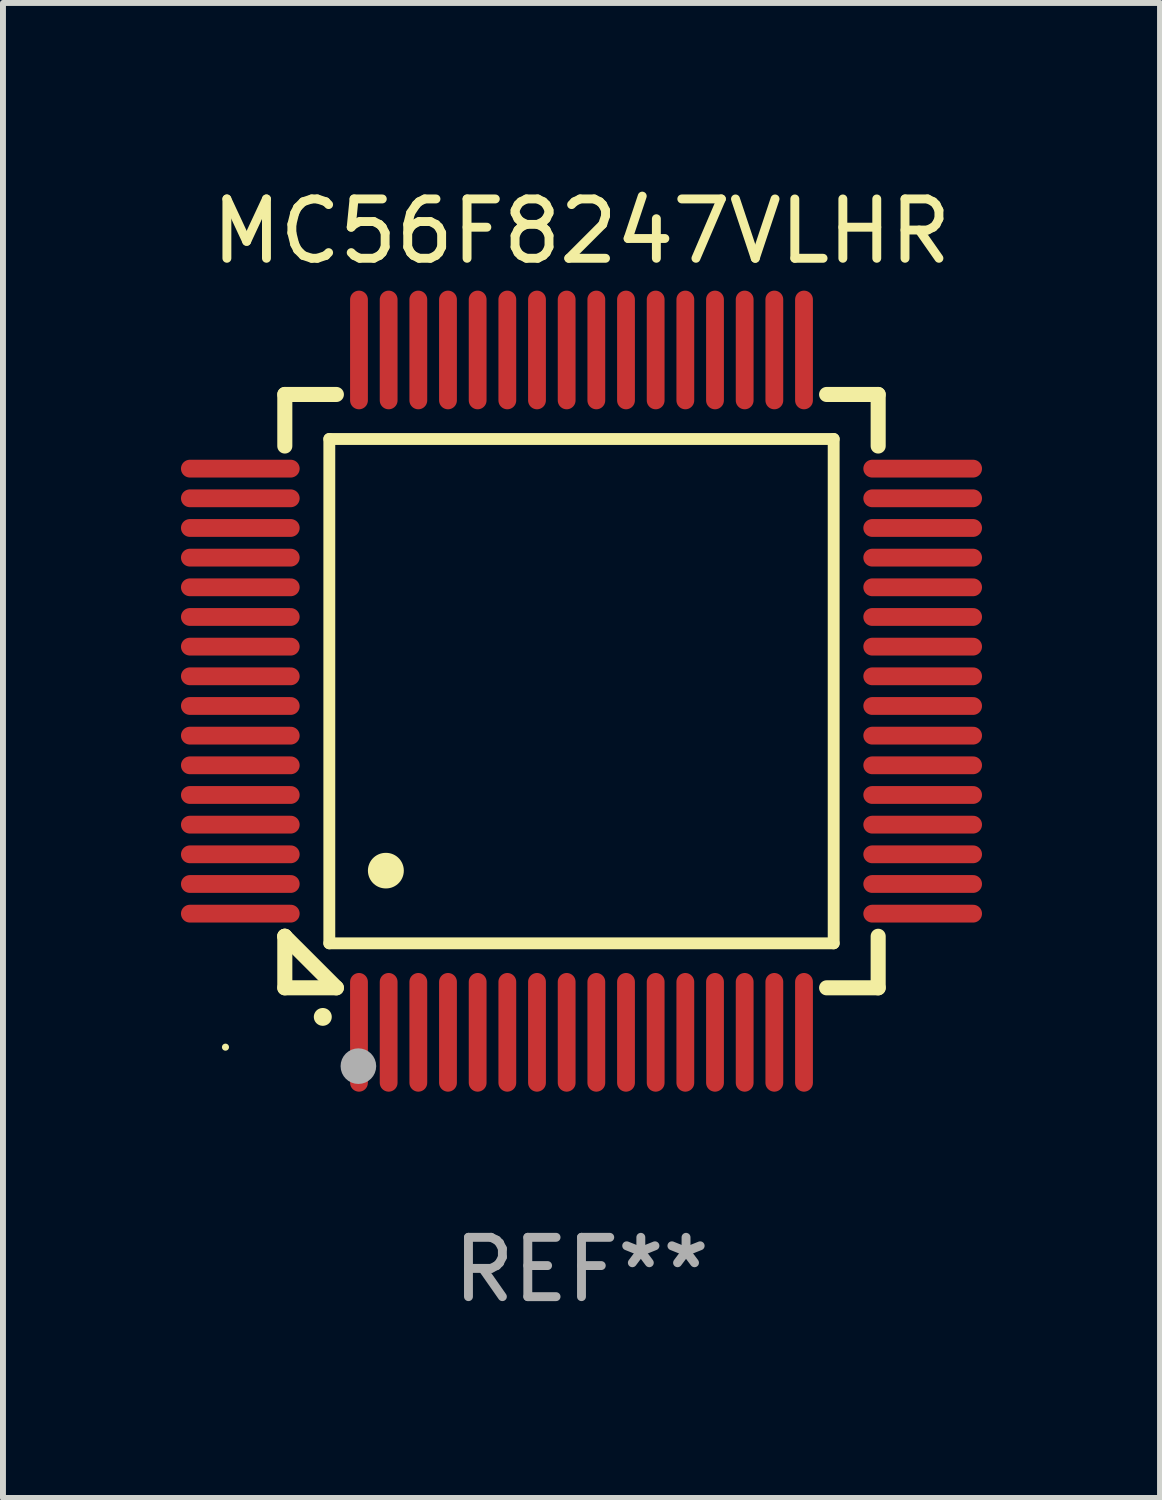
<source format=kicad_pcb>
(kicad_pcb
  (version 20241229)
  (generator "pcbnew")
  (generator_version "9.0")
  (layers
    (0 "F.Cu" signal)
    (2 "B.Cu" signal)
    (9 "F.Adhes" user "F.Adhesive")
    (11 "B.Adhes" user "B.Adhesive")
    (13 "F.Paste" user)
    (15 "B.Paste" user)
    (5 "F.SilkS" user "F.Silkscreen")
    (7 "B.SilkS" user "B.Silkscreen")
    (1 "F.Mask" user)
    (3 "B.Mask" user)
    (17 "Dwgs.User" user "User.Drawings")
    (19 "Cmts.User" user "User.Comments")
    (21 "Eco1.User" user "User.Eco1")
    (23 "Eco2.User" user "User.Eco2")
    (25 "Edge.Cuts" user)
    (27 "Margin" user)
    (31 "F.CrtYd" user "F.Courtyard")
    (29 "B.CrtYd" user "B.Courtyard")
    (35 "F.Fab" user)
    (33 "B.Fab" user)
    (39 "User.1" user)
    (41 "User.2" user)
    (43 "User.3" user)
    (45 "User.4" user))
  (footprint "MC56F8247VLHR"
    (layer "F.Cu")
    (at 6.75 8.598)
    (property "Reference" "MC56F8247VLHR" (at 0 -7.75 0) (layer "F.SilkS") (effects (font (size 1 1) (thickness 0.15))))
    (attr through_hole)
    (fp_line (start -5 -5) (end -4.131 -5) (stroke (width 0.254) (type solid)) (layer "F.SilkS"))
    (fp_line (start -5 -4.131) (end -5 -5) (stroke (width 0.254) (type solid)) (layer "F.SilkS"))
    (fp_line (start -5 4.131) (end -5 4.131) (stroke (width 0.254) (type solid)) (layer "F.SilkS"))
    (fp_line (start -5 5) (end -5 4.131) (stroke (width 0.254) (type solid)) (layer "F.SilkS"))
    (fp_line (start -5 4.131) (end -4.131 5) (stroke (width 0.254) (type solid)) (layer "F.SilkS"))
    (fp_line (start -4.25 -4.25) (end -4.25 4.25) (stroke (width 0.2) (type solid)) (layer "F.SilkS"))
    (fp_line (start -4.25 4.25) (end 4.25 4.25) (stroke (width 0.2) (type solid)) (layer "F.SilkS"))
    (fp_line (start -4.131 5) (end -5 5) (stroke (width 0.254) (type solid)) (layer "F.SilkS"))
    (fp_line (start 4.25 -4.25) (end -4.25 -4.25) (stroke (width 0.2) (type solid)) (layer "F.SilkS"))
    (fp_line (start 4.25 4.25) (end 4.25 -4.25) (stroke (width 0.2) (type solid)) (layer "F.SilkS"))
    (fp_line (start 5 -5) (end 4.131 -5) (stroke (width 0.254) (type solid)) (layer "F.SilkS"))
    (fp_line (start 5 -5) (end 5 -4.131) (stroke (width 0.254) (type solid)) (layer "F.SilkS"))
    (fp_line (start 5 4.131) (end 5 5) (stroke (width 0.254) (type solid)) (layer "F.SilkS"))
    (fp_line (start 5 5) (end 4.131 5) (stroke (width 0.254) (type solid)) (layer "F.SilkS"))
    (fp_arc (start -4.361265 5.489992) (mid -4.359995 5.489987) (end -4.358725 5.489992) (stroke (width 0.3) (type solid)) (layer "F.SilkS"))
    (fp_arc (start -3.299467 3.025146) (mid -3.296927 3.025135) (end -3.294387 3.025146) (stroke (width 0.6) (type solid)) (layer "F.SilkS"))
    (fp_circle (center -6 6) (end -5.97 6) (stroke (width 0.06) (type solid)) (fill no) (layer "F.SilkS"))
    (fp_circle (center -3.76 6.32) (end -3.61 6.32) (stroke (width 0.3) (type solid)) (fill no) (layer "F.Fab"))
    (fp_text user "REF**" (at 0 9.75 0) (layer "F.Fab") (effects (font (size 1 1) (thickness 0.15))))
    (pad "1" smd oval (at -3.75 5.75) (size 0.3 2) (layers "F.Cu" "F.Mask" "F.Paste"))
    (pad "2" smd oval (at -3.25 5.75) (size 0.3 2) (layers "F.Cu" "F.Mask" "F.Paste"))
    (pad "3" smd oval (at -2.75 5.75) (size 0.3 2) (layers "F.Cu" "F.Mask" "F.Paste"))
    (pad "4" smd oval (at -2.25 5.75) (size 0.3 2) (layers "F.Cu" "F.Mask" "F.Paste"))
    (pad "5" smd oval (at -1.75 5.75) (size 0.3 2) (layers "F.Cu" "F.Mask" "F.Paste"))
    (pad "6" smd oval (at -1.25 5.75) (size 0.3 2) (layers "F.Cu" "F.Mask" "F.Paste"))
    (pad "7" smd oval (at -0.75 5.75) (size 0.3 2) (layers "F.Cu" "F.Mask" "F.Paste"))
    (pad "8" smd oval (at -0.25 5.75) (size 0.3 2) (layers "F.Cu" "F.Mask" "F.Paste"))
    (pad "9" smd oval (at 0.25 5.75) (size 0.3 2) (layers "F.Cu" "F.Mask" "F.Paste"))
    (pad "10" smd oval (at 0.75 5.75) (size 0.3 2) (layers "F.Cu" "F.Mask" "F.Paste"))
    (pad "11" smd oval (at 1.25 5.75) (size 0.3 2) (layers "F.Cu" "F.Mask" "F.Paste"))
    (pad "12" smd oval (at 1.75 5.75) (size 0.3 2) (layers "F.Cu" "F.Mask" "F.Paste"))
    (pad "13" smd oval (at 2.25 5.75) (size 0.3 2) (layers "F.Cu" "F.Mask" "F.Paste"))
    (pad "14" smd oval (at 2.75 5.75) (size 0.3 2) (layers "F.Cu" "F.Mask" "F.Paste"))
    (pad "15" smd oval (at 3.25 5.75) (size 0.3 2) (layers "F.Cu" "F.Mask" "F.Paste"))
    (pad "16" smd oval (at 3.75 5.75) (size 0.3 2) (layers "F.Cu" "F.Mask" "F.Paste"))
    (pad "17" smd oval (at 5.75 3.75) (size 2 0.3) (layers "F.Cu" "F.Mask" "F.Paste"))
    (pad "18" smd oval (at 5.75 3.25) (size 2 0.3) (layers "F.Cu" "F.Mask" "F.Paste"))
    (pad "19" smd oval (at 5.75 2.75) (size 2 0.3) (layers "F.Cu" "F.Mask" "F.Paste"))
    (pad "20" smd oval (at 5.75 2.25) (size 2 0.3) (layers "F.Cu" "F.Mask" "F.Paste"))
    (pad "21" smd oval (at 5.75 1.75) (size 2 0.3) (layers "F.Cu" "F.Mask" "F.Paste"))
    (pad "22" smd oval (at 5.75 1.25) (size 2 0.3) (layers "F.Cu" "F.Mask" "F.Paste"))
    (pad "23" smd oval (at 5.75 0.75) (size 2 0.3) (layers "F.Cu" "F.Mask" "F.Paste"))
    (pad "24" smd oval (at 5.75 0.25) (size 2 0.3) (layers "F.Cu" "F.Mask" "F.Paste"))
    (pad "25" smd oval (at 5.75 -0.25) (size 2 0.3) (layers "F.Cu" "F.Mask" "F.Paste"))
    (pad "26" smd oval (at 5.75 -0.75) (size 2 0.3) (layers "F.Cu" "F.Mask" "F.Paste"))
    (pad "27" smd oval (at 5.75 -1.25) (size 2 0.3) (layers "F.Cu" "F.Mask" "F.Paste"))
    (pad "28" smd oval (at 5.75 -1.75) (size 2 0.3) (layers "F.Cu" "F.Mask" "F.Paste"))
    (pad "29" smd oval (at 5.75 -2.25) (size 2 0.3) (layers "F.Cu" "F.Mask" "F.Paste"))
    (pad "30" smd oval (at 5.75 -2.75) (size 2 0.3) (layers "F.Cu" "F.Mask" "F.Paste"))
    (pad "31" smd oval (at 5.75 -3.25) (size 2 0.3) (layers "F.Cu" "F.Mask" "F.Paste"))
    (pad "32" smd oval (at 5.75 -3.75) (size 2 0.3) (layers "F.Cu" "F.Mask" "F.Paste"))
    (pad "33" smd oval (at 3.75 -5.75) (size 0.3 2) (layers "F.Cu" "F.Mask" "F.Paste"))
    (pad "34" smd oval (at 3.25 -5.75) (size 0.3 2) (layers "F.Cu" "F.Mask" "F.Paste"))
    (pad "35" smd oval (at 2.75 -5.75) (size 0.3 2) (layers "F.Cu" "F.Mask" "F.Paste"))
    (pad "36" smd oval (at 2.25 -5.75) (size 0.3 2) (layers "F.Cu" "F.Mask" "F.Paste"))
    (pad "37" smd oval (at 1.75 -5.75) (size 0.3 2) (layers "F.Cu" "F.Mask" "F.Paste"))
    (pad "38" smd oval (at 1.25 -5.75) (size 0.3 2) (layers "F.Cu" "F.Mask" "F.Paste"))
    (pad "39" smd oval (at 0.75 -5.75) (size 0.3 2) (layers "F.Cu" "F.Mask" "F.Paste"))
    (pad "40" smd oval (at 0.25 -5.75) (size 0.3 2) (layers "F.Cu" "F.Mask" "F.Paste"))
    (pad "41" smd oval (at -0.25 -5.75) (size 0.3 2) (layers "F.Cu" "F.Mask" "F.Paste"))
    (pad "42" smd oval (at -0.75 -5.75) (size 0.3 2) (layers "F.Cu" "F.Mask" "F.Paste"))
    (pad "43" smd oval (at -1.25 -5.75) (size 0.3 2) (layers "F.Cu" "F.Mask" "F.Paste"))
    (pad "44" smd oval (at -1.75 -5.75) (size 0.3 2) (layers "F.Cu" "F.Mask" "F.Paste"))
    (pad "45" smd oval (at -2.25 -5.75) (size 0.3 2) (layers "F.Cu" "F.Mask" "F.Paste"))
    (pad "46" smd oval (at -2.75 -5.75) (size 0.3 2) (layers "F.Cu" "F.Mask" "F.Paste"))
    (pad "47" smd oval (at -3.25 -5.75) (size 0.3 2) (layers "F.Cu" "F.Mask" "F.Paste"))
    (pad "48" smd oval (at -3.75 -5.75) (size 0.3 2) (layers "F.Cu" "F.Mask" "F.Paste"))
    (pad "49" smd oval (at -5.75 -3.75) (size 2 0.3) (layers "F.Cu" "F.Mask" "F.Paste"))
    (pad "50" smd oval (at -5.75 -3.25) (size 2 0.3) (layers "F.Cu" "F.Mask" "F.Paste"))
    (pad "51" smd oval (at -5.75 -2.75) (size 2 0.3) (layers "F.Cu" "F.Mask" "F.Paste"))
    (pad "52" smd oval (at -5.75 -2.25) (size 2 0.3) (layers "F.Cu" "F.Mask" "F.Paste"))
    (pad "53" smd oval (at -5.75 -1.75) (size 2 0.3) (layers "F.Cu" "F.Mask" "F.Paste"))
    (pad "54" smd oval (at -5.75 -1.25) (size 2 0.3) (layers "F.Cu" "F.Mask" "F.Paste"))
    (pad "55" smd oval (at -5.75 -0.75) (size 2 0.3) (layers "F.Cu" "F.Mask" "F.Paste"))
    (pad "56" smd oval (at -5.75 -0.25) (size 2 0.3) (layers "F.Cu" "F.Mask" "F.Paste"))
    (pad "57" smd oval (at -5.75 0.25) (size 2 0.3) (layers "F.Cu" "F.Mask" "F.Paste"))
    (pad "58" smd oval (at -5.75 0.75) (size 2 0.3) (layers "F.Cu" "F.Mask" "F.Paste"))
    (pad "59" smd oval (at -5.75 1.25) (size 2 0.3) (layers "F.Cu" "F.Mask" "F.Paste"))
    (pad "60" smd oval (at -5.75 1.75) (size 2 0.3) (layers "F.Cu" "F.Mask" "F.Paste"))
    (pad "61" smd oval (at -5.75 2.25) (size 2 0.3) (layers "F.Cu" "F.Mask" "F.Paste"))
    (pad "62" smd oval (at -5.75 2.75) (size 2 0.3) (layers "F.Cu" "F.Mask" "F.Paste"))
    (pad "63" smd oval (at -5.75 3.25) (size 2 0.3) (layers "F.Cu" "F.Mask" "F.Paste"))
    (pad "64" smd oval (at -5.75 3.75) (size 2 0.3) (layers "F.Cu" "F.Mask" "F.Paste")))
  (gr_rect
    (start -3 -3)
    (end 16.5 22.196)
    (stroke (width 0.1) (type default))
    (fill no)
    (layer "Edge.Cuts")))
</source>
